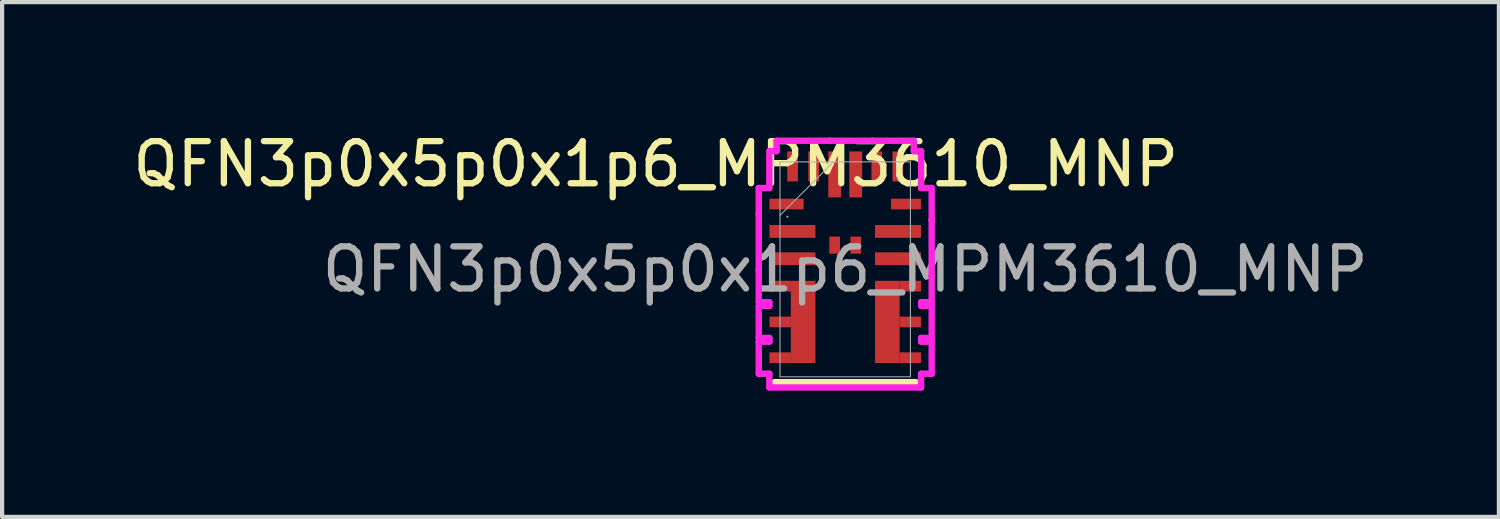
<source format=kicad_pcb>
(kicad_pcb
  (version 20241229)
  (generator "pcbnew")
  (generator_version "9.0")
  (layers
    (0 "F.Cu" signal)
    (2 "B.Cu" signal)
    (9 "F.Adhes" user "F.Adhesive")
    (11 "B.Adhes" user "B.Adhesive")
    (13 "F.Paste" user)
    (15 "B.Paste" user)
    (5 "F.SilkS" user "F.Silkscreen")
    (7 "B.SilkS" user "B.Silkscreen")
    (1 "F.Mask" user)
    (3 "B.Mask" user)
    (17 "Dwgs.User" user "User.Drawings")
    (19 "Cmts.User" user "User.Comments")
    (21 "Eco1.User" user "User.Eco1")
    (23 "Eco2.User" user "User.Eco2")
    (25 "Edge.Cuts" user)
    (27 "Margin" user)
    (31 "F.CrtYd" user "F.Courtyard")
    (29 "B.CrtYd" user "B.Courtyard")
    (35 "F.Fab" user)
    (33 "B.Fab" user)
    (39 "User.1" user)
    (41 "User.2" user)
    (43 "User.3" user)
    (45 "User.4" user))
  (footprint "QFN3p0x5p0x1p6_MPM3610_MNP"
    (layer "F.Cu")
    (at 17.03 3.348)
    (property "Reference" "QFN3p0x5p0x1p6_MPM3610_MNP" (at -4.5 -2.5 0) (unlocked yes) (layer "F.SilkS") (effects (font (size 1 1) (thickness 0.15))))
    (attr smd)
    (fp_line (start 1.676 2.68) (end -1.676 2.68) (stroke (width 0.152) (type solid)) (layer "F.SilkS"))
    (fp_line (start -2.054 -1.931) (end -2.054 -1.306) (stroke (width 0.152) (type solid)) (layer "F.CrtYd"))
    (fp_line (start -2.054 -1.306) (end -2.054 -1.306) (stroke (width 0.152) (type solid)) (layer "F.CrtYd"))
    (fp_line (start -2.054 -1.306) (end -2.054 0.019) (stroke (width 0.152) (type solid)) (layer "F.CrtYd"))
    (fp_line (start -2.054 0.019) (end -2.054 0.019) (stroke (width 0.152) (type solid)) (layer "F.CrtYd"))
    (fp_line (start -2.054 0.019) (end -2.054 0.781) (stroke (width 0.152) (type solid)) (layer "F.CrtYd"))
    (fp_line (start -2.054 0.781) (end -1.803 0.781) (stroke (width 0.152) (type solid)) (layer "F.CrtYd"))
    (fp_line (start -2.054 0.869) (end -2.054 1.631) (stroke (width 0.152) (type solid)) (layer "F.CrtYd"))
    (fp_line (start -2.054 1.631) (end -1.803 1.631) (stroke (width 0.152) (type solid)) (layer "F.CrtYd"))
    (fp_line (start -2.054 1.719) (end -2.054 2.481) (stroke (width 0.152) (type solid)) (layer "F.CrtYd"))
    (fp_line (start -2.054 2.481) (end -1.803 2.481) (stroke (width 0.152) (type solid)) (layer "F.CrtYd"))
    (fp_line (start -1.803 -2.807) (end -1.803 -1.931) (stroke (width 0.152) (type solid)) (layer "F.CrtYd"))
    (fp_line (start -1.803 -1.931) (end -2.054 -1.931) (stroke (width 0.152) (type solid)) (layer "F.CrtYd"))
    (fp_line (start -1.803 0.781) (end -1.803 0.869) (stroke (width 0.152) (type solid)) (layer "F.CrtYd"))
    (fp_line (start -1.803 0.869) (end -2.054 0.869) (stroke (width 0.152) (type solid)) (layer "F.CrtYd"))
    (fp_line (start -1.803 1.631) (end -1.803 1.719) (stroke (width 0.152) (type solid)) (layer "F.CrtYd"))
    (fp_line (start -1.803 1.719) (end -2.054 1.719) (stroke (width 0.152) (type solid)) (layer "F.CrtYd"))
    (fp_line (start -1.803 2.481) (end -1.803 2.807) (stroke (width 0.152) (type solid)) (layer "F.CrtYd"))
    (fp_line (start -1.803 2.807) (end 1.803 2.807) (stroke (width 0.152) (type solid)) (layer "F.CrtYd"))
    (fp_line (start -1.631 -3.054) (end -1.631 -2.807) (stroke (width 0.152) (type solid)) (layer "F.CrtYd"))
    (fp_line (start -1.631 -2.807) (end -1.803 -2.807) (stroke (width 0.152) (type solid)) (layer "F.CrtYd"))
    (fp_line (start -0.369 -3.054) (end -0.369 -3.054) (stroke (width 0.152) (type solid)) (layer "F.CrtYd"))
    (fp_line (start -0.369 -3.054) (end -1.631 -3.054) (stroke (width 0.152) (type solid)) (layer "F.CrtYd"))
    (fp_line (start 0.656 -3.054) (end -0.369 -3.054) (stroke (width 0.152) (type solid)) (layer "F.CrtYd"))
    (fp_line (start 0.656 -3.054) (end 0.656 -3.054) (stroke (width 0.152) (type solid)) (layer "F.CrtYd"))
    (fp_line (start 1.631 -3.054) (end 0.656 -3.054) (stroke (width 0.152) (type solid)) (layer "F.CrtYd"))
    (fp_line (start 1.631 -2.807) (end 1.631 -3.054) (stroke (width 0.152) (type solid)) (layer "F.CrtYd"))
    (fp_line (start 1.803 -2.807) (end 1.631 -2.807) (stroke (width 0.152) (type solid)) (layer "F.CrtYd"))
    (fp_line (start 1.803 -1.931) (end 1.803 -2.807) (stroke (width 0.152) (type solid)) (layer "F.CrtYd"))
    (fp_line (start 1.803 0.781) (end 2.054 0.781) (stroke (width 0.152) (type solid)) (layer "F.CrtYd"))
    (fp_line (start 1.803 0.869) (end 1.803 0.781) (stroke (width 0.152) (type solid)) (layer "F.CrtYd"))
    (fp_line (start 1.803 1.631) (end 2.054 1.631) (stroke (width 0.152) (type solid)) (layer "F.CrtYd"))
    (fp_line (start 1.803 1.719) (end 1.803 1.631) (stroke (width 0.152) (type solid)) (layer "F.CrtYd"))
    (fp_line (start 1.803 2.481) (end 2.054 2.481) (stroke (width 0.152) (type solid)) (layer "F.CrtYd"))
    (fp_line (start 1.803 2.807) (end 1.803 2.481) (stroke (width 0.152) (type solid)) (layer "F.CrtYd"))
    (fp_line (start 2.054 -1.931) (end 1.803 -1.931) (stroke (width 0.152) (type solid)) (layer "F.CrtYd"))
    (fp_line (start 2.054 -1.169) (end 2.054 -1.931) (stroke (width 0.152) (type solid)) (layer "F.CrtYd"))
    (fp_line (start 2.054 0.156) (end 2.054 0.156) (stroke (width 0.152) (type solid)) (layer "F.CrtYd"))
    (fp_line (start 2.054 0.781) (end 2.054 0.156) (stroke (width 0.152) (type solid)) (layer "F.CrtYd"))
    (fp_line (start 2.054 0.869) (end 1.803 0.869) (stroke (width 0.152) (type solid)) (layer "F.CrtYd"))
    (fp_line (start 2.054 1.631) (end 2.054 0.869) (stroke (width 0.152) (type solid)) (layer "F.CrtYd"))
    (fp_line (start 2.054 1.719) (end 1.803 1.719) (stroke (width 0.152) (type solid)) (layer "F.CrtYd"))
    (fp_line (start 2.054 2.481) (end 2.054 1.719) (stroke (width 0.152) (type solid)) (layer "F.CrtYd"))
    (fp_line (start 2.054 -1.169) (end 2.054 -1.169) (stroke (width 0.152) (type solid)) (layer "F.CrtYd"))
    (fp_line (start 2.054 0.156) (end 2.054 -1.169) (stroke (width 0.152) (type solid)) (layer "F.CrtYd"))
    (fp_line (start -1.549 -2.553) (end -1.549 2.553) (stroke (width 0.025) (type solid)) (layer "F.Fab"))
    (fp_line (start -1.549 -1.283) (end -0.279 -2.553) (stroke (width 0.025) (type solid)) (layer "F.Fab"))
    (fp_line (start -1.549 2.553) (end 1.549 2.553) (stroke (width 0.025) (type solid)) (layer "F.Fab"))
    (fp_line (start 1.549 -2.553) (end -1.549 -2.553) (stroke (width 0.025) (type solid)) (layer "F.Fab"))
    (fp_line (start 1.549 2.553) (end 1.549 -2.553) (stroke (width 0.025) (type solid)) (layer "F.Fab"))
    (fp_circle (center -1.372 -1.25) (end -1.372 -1.25) (stroke (width 0.025) (type solid)) (fill no) (layer "F.Fab"))
    (fp_text user "${REFERENCE}" (at 0 0 0) (unlocked yes) (layer "F.Fab") (effects (font (size 1 1) (thickness 0.15))))
    (pad "1" smd rect (at -1.394 -1.55) (size 0.813 0.254) (layers "F.Cu" "F.Mask" "F.Paste"))
    (pad "2" smd rect (at -1.254 -0.9) (size 1.092 0.305) (layers "F.Cu" "F.Mask" "F.Paste"))
    (pad "3" smd rect (at -1.254 -0.25) (size 1.092 0.305) (layers "F.Cu" "F.Mask" "F.Paste"))
    (pad "4" smd rect (at -1.546 0.4) (size 0.508 0.254) (layers "F.Cu" "F.Mask" "F.Paste"))
    (pad "4" smd rect (at -1 1.25 90) (size 1.953 0.585) (layers "F.Cu" "F.Mask" "F.Paste"))
    (pad "5" smd rect (at -1.546 1.25) (size 0.508 0.254) (layers "F.Cu" "F.Mask" "F.Paste"))
    (pad "6" smd rect (at -1.546 2.1) (size 0.508 0.254) (layers "F.Cu" "F.Mask" "F.Paste"))
    (pad "7" smd rect (at 1 1.25 90) (size 1.953 0.585) (layers "F.Cu" "F.Mask" "F.Paste"))
    (pad "7" smd rect (at 1.546 2.1) (size 0.508 0.254) (layers "F.Cu" "F.Mask" "F.Paste"))
    (pad "8" smd rect (at 1.546 1.25) (size 0.508 0.254) (layers "F.Cu" "F.Mask" "F.Paste"))
    (pad "9" smd rect (at 1.546 0.4) (size 0.508 0.254) (layers "F.Cu" "F.Mask" "F.Paste"))
    (pad "10" smd rect (at 1.254 -0.25) (size 1.092 0.305) (layers "F.Cu" "F.Mask" "F.Paste"))
    (pad "11" smd rect (at 1.254 -0.9) (size 1.092 0.305) (layers "F.Cu" "F.Mask" "F.Paste"))
    (pad "12" smd rect (at 1.444 -1.55) (size 0.711 0.254) (layers "F.Cu" "F.Mask" "F.Paste"))
    (pad "13" smd rect (at 1.25 -2.444 90) (size 0.711 0.254) (layers "F.Cu" "F.Mask" "F.Paste"))
    (pad "14" smd rect (at 0.75 -2.444 90) (size 0.711 0.254) (layers "F.Cu" "F.Mask" "F.Paste"))
    (pad "15" smd rect (at 0.25 -2.254 90) (size 1.092 0.305) (layers "F.Cu" "F.Mask" "F.Paste"))
    (pad "16" smd rect (at -0.25 -2.254 90) (size 1.092 0.305) (layers "F.Cu" "F.Mask" "F.Paste"))
    (pad "17" smd rect (at -0.75 -2.444 90) (size 0.711 0.254) (layers "F.Cu" "F.Mask" "F.Paste"))
    (pad "18" smd rect (at -1.25 -2.444 90) (size 0.711 0.254) (layers "F.Cu" "F.Mask" "F.Paste"))
    (pad "19" smd rect (at -0.25 -0.575) (size 0.254 0.406) (layers "F.Cu" "F.Mask" "F.Paste"))
    (pad "20" smd rect (at 0.25 -0.575) (size 0.254 0.406) (layers "F.Cu" "F.Mask" "F.Paste"))
    (zone (net_name "") (layer "F.Cu") (hatch full 0.508) (connect_pads) (min_thickness 0.254) (filled_areas_thickness no) (keepout (tracks not_allowed) (vias not_allowed) (pads allowed) (copperpour not_allowed) (footprints allowed)) (placement (enabled no)) (fill) (polygon (pts (xy 17.605 2.378) (xy 16.455 2.378) (xy 16.455 3.168) (xy 17.605 3.168)))))
  (gr_rect
    (start -3 -3)
    (end 32.56 9.231)
    (stroke (width 0.1) (type default))
    (fill no)
    (layer "Edge.Cuts")))
</source>
